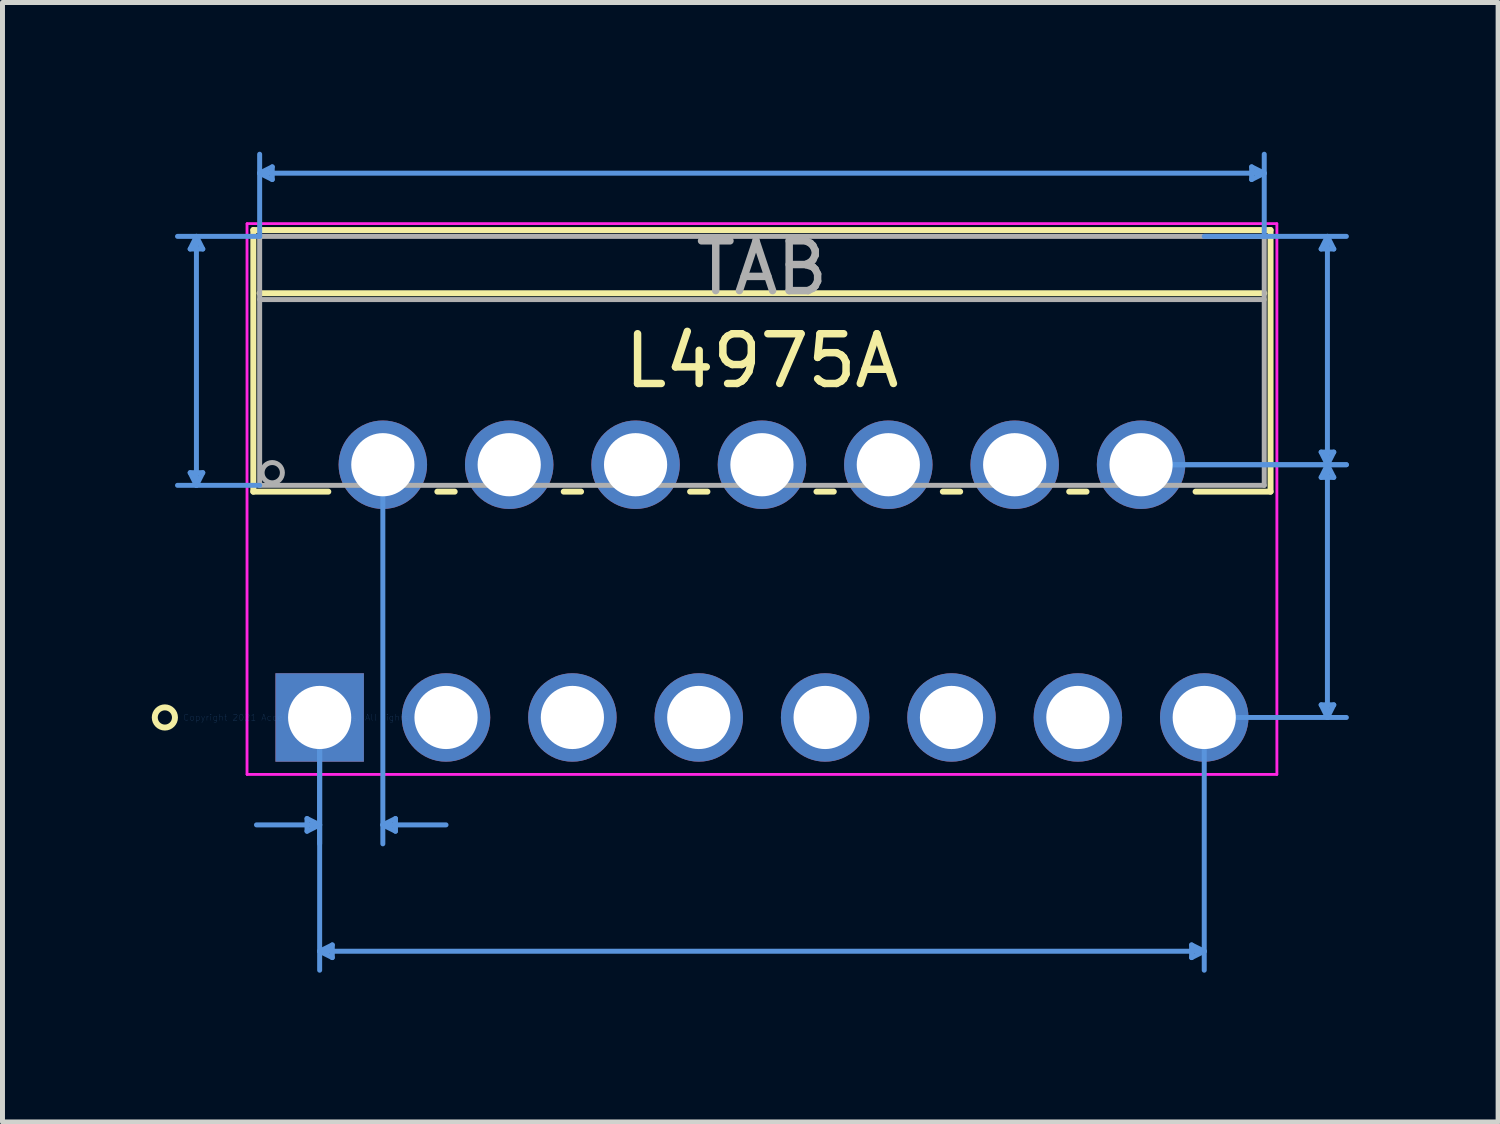
<source format=kicad_pcb>
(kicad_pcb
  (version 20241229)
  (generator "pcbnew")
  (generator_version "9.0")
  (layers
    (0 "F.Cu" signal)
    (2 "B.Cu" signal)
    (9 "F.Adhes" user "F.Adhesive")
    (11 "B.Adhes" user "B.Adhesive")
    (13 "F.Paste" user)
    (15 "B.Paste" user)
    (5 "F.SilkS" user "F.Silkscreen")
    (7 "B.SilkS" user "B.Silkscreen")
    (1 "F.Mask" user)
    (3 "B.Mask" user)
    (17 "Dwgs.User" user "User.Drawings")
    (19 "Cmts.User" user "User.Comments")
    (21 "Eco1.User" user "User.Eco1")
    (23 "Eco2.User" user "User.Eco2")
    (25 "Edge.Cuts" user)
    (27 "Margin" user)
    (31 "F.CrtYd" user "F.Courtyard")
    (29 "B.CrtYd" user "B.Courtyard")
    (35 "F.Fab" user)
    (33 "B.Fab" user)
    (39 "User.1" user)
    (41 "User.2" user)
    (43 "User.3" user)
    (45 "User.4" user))
  (footprint "L4975A"
    (layer "F.Cu")
    (at 3.375 11.371)
    (property "Reference" "L4975A" (at 8.89 -7.168 0) (layer "F.SilkS") (effects (font (size 1 1) (thickness 0.15))))
    (attr through_hole)
    (fp_line (start -1.333 -9.797) (end -1.333 -4.539) (stroke (width 0.12) (type solid)) (layer "F.SilkS"))
    (fp_line (start -1.333 -4.539) (end 0.174 -4.539) (stroke (width 0.12) (type solid)) (layer "F.SilkS"))
    (fp_line (start -1.206 -8.527) (end 18.986 -8.527) (stroke (width 0.12) (type solid)) (layer "F.SilkS"))
    (fp_line (start 2.366 -4.539) (end 2.714 -4.539) (stroke (width 0.12) (type solid)) (layer "F.SilkS"))
    (fp_line (start 4.906 -4.539) (end 5.254 -4.539) (stroke (width 0.12) (type solid)) (layer "F.SilkS"))
    (fp_line (start 7.446 -4.539) (end 7.794 -4.539) (stroke (width 0.12) (type solid)) (layer "F.SilkS"))
    (fp_line (start 9.986 -4.539) (end 10.334 -4.539) (stroke (width 0.12) (type solid)) (layer "F.SilkS"))
    (fp_line (start 12.526 -4.539) (end 12.874 -4.539) (stroke (width 0.12) (type solid)) (layer "F.SilkS"))
    (fp_line (start 15.066 -4.539) (end 15.414 -4.539) (stroke (width 0.12) (type solid)) (layer "F.SilkS"))
    (fp_line (start 17.606 -4.539) (end 19.113 -4.539) (stroke (width 0.12) (type solid)) (layer "F.SilkS"))
    (fp_line (start 19.113 -9.797) (end -1.333 -9.797) (stroke (width 0.12) (type solid)) (layer "F.SilkS"))
    (fp_line (start 19.113 -4.539) (end 19.113 -9.797) (stroke (width 0.12) (type solid)) (layer "F.SilkS"))
    (fp_circle (center -3.111 0) (end -2.908 0) (stroke (width 0.12) (type solid)) (fill no) (layer "F.SilkS"))
    (fp_line (start -2.603 -9.416) (end -2.349 -9.416) (stroke (width 0.1) (type solid)) (layer "Cmts.User"))
    (fp_line (start -2.603 -4.92) (end -2.349 -4.92) (stroke (width 0.1) (type solid)) (layer "Cmts.User"))
    (fp_line (start -2.477 -9.67) (end -2.603 -9.416) (stroke (width 0.1) (type solid)) (layer "Cmts.User"))
    (fp_line (start -2.477 -9.67) (end -2.477 -4.666) (stroke (width 0.1) (type solid)) (layer "Cmts.User"))
    (fp_line (start -2.477 -9.67) (end -2.349 -9.416) (stroke (width 0.1) (type solid)) (layer "Cmts.User"))
    (fp_line (start -2.477 -4.666) (end -2.603 -4.92) (stroke (width 0.1) (type solid)) (layer "Cmts.User"))
    (fp_line (start -2.477 -4.666) (end -2.349 -4.92) (stroke (width 0.1) (type solid)) (layer "Cmts.User"))
    (fp_line (start -1.206 -10.94) (end -0.953 -11.067) (stroke (width 0.1) (type solid)) (layer "Cmts.User"))
    (fp_line (start -1.206 -10.94) (end -0.953 -10.813) (stroke (width 0.1) (type solid)) (layer "Cmts.User"))
    (fp_line (start -1.206 -10.94) (end 18.986 -10.94) (stroke (width 0.1) (type solid)) (layer "Cmts.User"))
    (fp_line (start -1.206 -9.67) (end -2.857 -9.67) (stroke (width 0.1) (type solid)) (layer "Cmts.User"))
    (fp_line (start -1.206 -9.67) (end -1.206 -11.321) (stroke (width 0.1) (type solid)) (layer "Cmts.User"))
    (fp_line (start -1.206 -4.666) (end -2.857 -4.666) (stroke (width 0.1) (type solid)) (layer "Cmts.User"))
    (fp_line (start -0.953 -11.067) (end -0.953 -10.813) (stroke (width 0.1) (type solid)) (layer "Cmts.User"))
    (fp_line (start -0.254 2.032) (end -0.254 2.286) (stroke (width 0.1) (type solid)) (layer "Cmts.User"))
    (fp_line (start 0 0) (end 0 2.54) (stroke (width 0.1) (type solid)) (layer "Cmts.User"))
    (fp_line (start 0 0) (end 0 5.08) (stroke (width 0.1) (type solid)) (layer "Cmts.User"))
    (fp_line (start 0 2.159) (end -1.27 2.159) (stroke (width 0.1) (type solid)) (layer "Cmts.User"))
    (fp_line (start 0 2.159) (end -0.254 2.032) (stroke (width 0.1) (type solid)) (layer "Cmts.User"))
    (fp_line (start 0 2.159) (end -0.254 2.286) (stroke (width 0.1) (type solid)) (layer "Cmts.User"))
    (fp_line (start 0 4.699) (end 0.254 4.572) (stroke (width 0.1) (type solid)) (layer "Cmts.User"))
    (fp_line (start 0 4.699) (end 0.254 4.826) (stroke (width 0.1) (type solid)) (layer "Cmts.User"))
    (fp_line (start 0 4.699) (end 17.78 4.699) (stroke (width 0.1) (type solid)) (layer "Cmts.User"))
    (fp_line (start 0.254 4.572) (end 0.254 4.826) (stroke (width 0.1) (type solid)) (layer "Cmts.User"))
    (fp_line (start 1.27 -5.08) (end 1.27 2.54) (stroke (width 0.1) (type solid)) (layer "Cmts.User"))
    (fp_line (start 1.27 2.159) (end 1.524 2.032) (stroke (width 0.1) (type solid)) (layer "Cmts.User"))
    (fp_line (start 1.27 2.159) (end 1.524 2.286) (stroke (width 0.1) (type solid)) (layer "Cmts.User"))
    (fp_line (start 1.27 2.159) (end 2.54 2.159) (stroke (width 0.1) (type solid)) (layer "Cmts.User"))
    (fp_line (start 1.524 2.032) (end 1.524 2.286) (stroke (width 0.1) (type solid)) (layer "Cmts.User"))
    (fp_line (start 16.51 -5.08) (end 20.637 -5.08) (stroke (width 0.1) (type solid)) (layer "Cmts.User"))
    (fp_line (start 16.51 -5.08) (end 20.637 -5.08) (stroke (width 0.1) (type solid)) (layer "Cmts.User"))
    (fp_line (start 17.526 4.572) (end 17.526 4.826) (stroke (width 0.1) (type solid)) (layer "Cmts.User"))
    (fp_line (start 17.78 -9.67) (end 20.637 -9.67) (stroke (width 0.1) (type solid)) (layer "Cmts.User"))
    (fp_line (start 17.78 0) (end 17.78 5.08) (stroke (width 0.1) (type solid)) (layer "Cmts.User"))
    (fp_line (start 17.78 0) (end 20.637 0) (stroke (width 0.1) (type solid)) (layer "Cmts.User"))
    (fp_line (start 17.78 4.699) (end 17.526 4.572) (stroke (width 0.1) (type solid)) (layer "Cmts.User"))
    (fp_line (start 17.78 4.699) (end 17.526 4.826) (stroke (width 0.1) (type solid)) (layer "Cmts.User"))
    (fp_line (start 18.733 -11.067) (end 18.733 -10.813) (stroke (width 0.1) (type solid)) (layer "Cmts.User"))
    (fp_line (start 18.986 -10.94) (end 18.733 -11.067) (stroke (width 0.1) (type solid)) (layer "Cmts.User"))
    (fp_line (start 18.986 -10.94) (end 18.733 -10.813) (stroke (width 0.1) (type solid)) (layer "Cmts.User"))
    (fp_line (start 18.986 -9.67) (end 18.986 -11.321) (stroke (width 0.1) (type solid)) (layer "Cmts.User"))
    (fp_line (start 20.13 -9.416) (end 20.384 -9.416) (stroke (width 0.1) (type solid)) (layer "Cmts.User"))
    (fp_line (start 20.13 -5.334) (end 20.384 -5.334) (stroke (width 0.1) (type solid)) (layer "Cmts.User"))
    (fp_line (start 20.13 -4.826) (end 20.384 -4.826) (stroke (width 0.1) (type solid)) (layer "Cmts.User"))
    (fp_line (start 20.13 -0.254) (end 20.384 -0.254) (stroke (width 0.1) (type solid)) (layer "Cmts.User"))
    (fp_line (start 20.256 -9.67) (end 20.13 -9.416) (stroke (width 0.1) (type solid)) (layer "Cmts.User"))
    (fp_line (start 20.256 -9.67) (end 20.256 -5.08) (stroke (width 0.1) (type solid)) (layer "Cmts.User"))
    (fp_line (start 20.256 -9.67) (end 20.384 -9.416) (stroke (width 0.1) (type solid)) (layer "Cmts.User"))
    (fp_line (start 20.256 -5.08) (end 20.13 -5.334) (stroke (width 0.1) (type solid)) (layer "Cmts.User"))
    (fp_line (start 20.256 -5.08) (end 20.13 -4.826) (stroke (width 0.1) (type solid)) (layer "Cmts.User"))
    (fp_line (start 20.256 -5.08) (end 20.256 0) (stroke (width 0.1) (type solid)) (layer "Cmts.User"))
    (fp_line (start 20.256 -5.08) (end 20.384 -5.334) (stroke (width 0.1) (type solid)) (layer "Cmts.User"))
    (fp_line (start 20.256 -5.08) (end 20.384 -4.826) (stroke (width 0.1) (type solid)) (layer "Cmts.User"))
    (fp_line (start 20.256 0) (end 20.13 -0.254) (stroke (width 0.1) (type solid)) (layer "Cmts.User"))
    (fp_line (start 20.256 0) (end 20.384 -0.254) (stroke (width 0.1) (type solid)) (layer "Cmts.User"))
    (fp_line (start -1.46 -9.924) (end -1.46 1.143) (stroke (width 0.05) (type solid)) (layer "F.CrtYd"))
    (fp_line (start -1.46 -9.924) (end -1.46 1.143) (stroke (width 0.05) (type solid)) (layer "F.CrtYd"))
    (fp_line (start -1.46 1.143) (end 19.241 1.143) (stroke (width 0.05) (type solid)) (layer "F.CrtYd"))
    (fp_line (start -1.46 1.143) (end 19.241 1.143) (stroke (width 0.05) (type solid)) (layer "F.CrtYd"))
    (fp_line (start 19.241 -9.924) (end -1.46 -9.924) (stroke (width 0.05) (type solid)) (layer "F.CrtYd"))
    (fp_line (start 19.241 -9.924) (end -1.46 -9.924) (stroke (width 0.05) (type solid)) (layer "F.CrtYd"))
    (fp_line (start 19.241 1.143) (end 19.241 -9.924) (stroke (width 0.05) (type solid)) (layer "F.CrtYd"))
    (fp_line (start 19.241 1.143) (end 19.241 -9.924) (stroke (width 0.05) (type solid)) (layer "F.CrtYd"))
    (fp_line (start -1.206 -9.67) (end -1.206 -4.666) (stroke (width 0.1) (type solid)) (layer "F.Fab"))
    (fp_line (start -1.206 -8.4) (end 18.986 -8.4) (stroke (width 0.1) (type solid)) (layer "F.Fab"))
    (fp_line (start -1.206 -4.666) (end 18.986 -4.666) (stroke (width 0.1) (type solid)) (layer "F.Fab"))
    (fp_line (start 18.986 -9.67) (end -1.206 -9.67) (stroke (width 0.1) (type solid)) (layer "F.Fab"))
    (fp_line (start 18.986 -4.666) (end 18.986 -9.67) (stroke (width 0.1) (type solid)) (layer "F.Fab"))
    (fp_circle (center -0.953 -4.92) (end -0.749 -4.92) (stroke (width 0.1) (type solid)) (fill no) (layer "F.Fab"))
    (fp_text user "*" (at 0 0 0) (layer "F.SilkS") (effects (font (size 1 1) (thickness 0.15))))
    (fp_text user "Copyright 2021 Accelerated Designs. All rights reserved." (at 0 0 0) (layer "Cmts.User") (effects (font (size 0.127 0.127) (thickness 0.002))))
    (fp_text user "TAB" (at 8.89 -9.035 0) (layer "F.Fab") (effects (font (size 1 1) (thickness 0.15))))
    (fp_text user "*" (at 0 0 0) (layer "F.Fab") (effects (font (size 1 1) (thickness 0.15))))
    (pad "1" thru_hole rect (at 0 0) (size 1.778 1.778) (drill 1.27) (layers "*.Cu" "*.Mask"))
    (pad "2" thru_hole circle (at 1.27 -5.08) (size 1.778 1.778) (drill 1.27) (layers "*.Cu" "*.Mask"))
    (pad "3" thru_hole circle (at 2.54 0) (size 1.778 1.778) (drill 1.27) (layers "*.Cu" "*.Mask"))
    (pad "4" thru_hole circle (at 3.81 -5.08) (size 1.778 1.778) (drill 1.27) (layers "*.Cu" "*.Mask"))
    (pad "5" thru_hole circle (at 5.08 0) (size 1.778 1.778) (drill 1.27) (layers "*.Cu" "*.Mask"))
    (pad "6" thru_hole circle (at 6.35 -5.08) (size 1.778 1.778) (drill 1.27) (layers "*.Cu" "*.Mask"))
    (pad "7" thru_hole circle (at 7.62 0) (size 1.778 1.778) (drill 1.27) (layers "*.Cu" "*.Mask"))
    (pad "8" thru_hole circle (at 8.89 -5.08) (size 1.778 1.778) (drill 1.27) (layers "*.Cu" "*.Mask"))
    (pad "9" thru_hole circle (at 10.16 0) (size 1.778 1.778) (drill 1.27) (layers "*.Cu" "*.Mask"))
    (pad "10" thru_hole circle (at 11.43 -5.08) (size 1.778 1.778) (drill 1.27) (layers "*.Cu" "*.Mask"))
    (pad "11" thru_hole circle (at 12.7 0) (size 1.778 1.778) (drill 1.27) (layers "*.Cu" "*.Mask"))
    (pad "12" thru_hole circle (at 13.97 -5.08) (size 1.778 1.778) (drill 1.27) (layers "*.Cu" "*.Mask"))
    (pad "13" thru_hole circle (at 15.24 0) (size 1.778 1.778) (drill 1.27) (layers "*.Cu" "*.Mask"))
    (pad "14" thru_hole circle (at 16.51 -5.08) (size 1.778 1.778) (drill 1.27) (layers "*.Cu" "*.Mask"))
    (pad "15" thru_hole circle (at 17.78 0) (size 1.778 1.778) (drill 1.27) (layers "*.Cu" "*.Mask")))
  (gr_rect
    (start -3 -3)
    (end 27.062 19.501)
    (stroke (width 0.1) (type default))
    (fill no)
    (layer "Edge.Cuts")))
</source>
